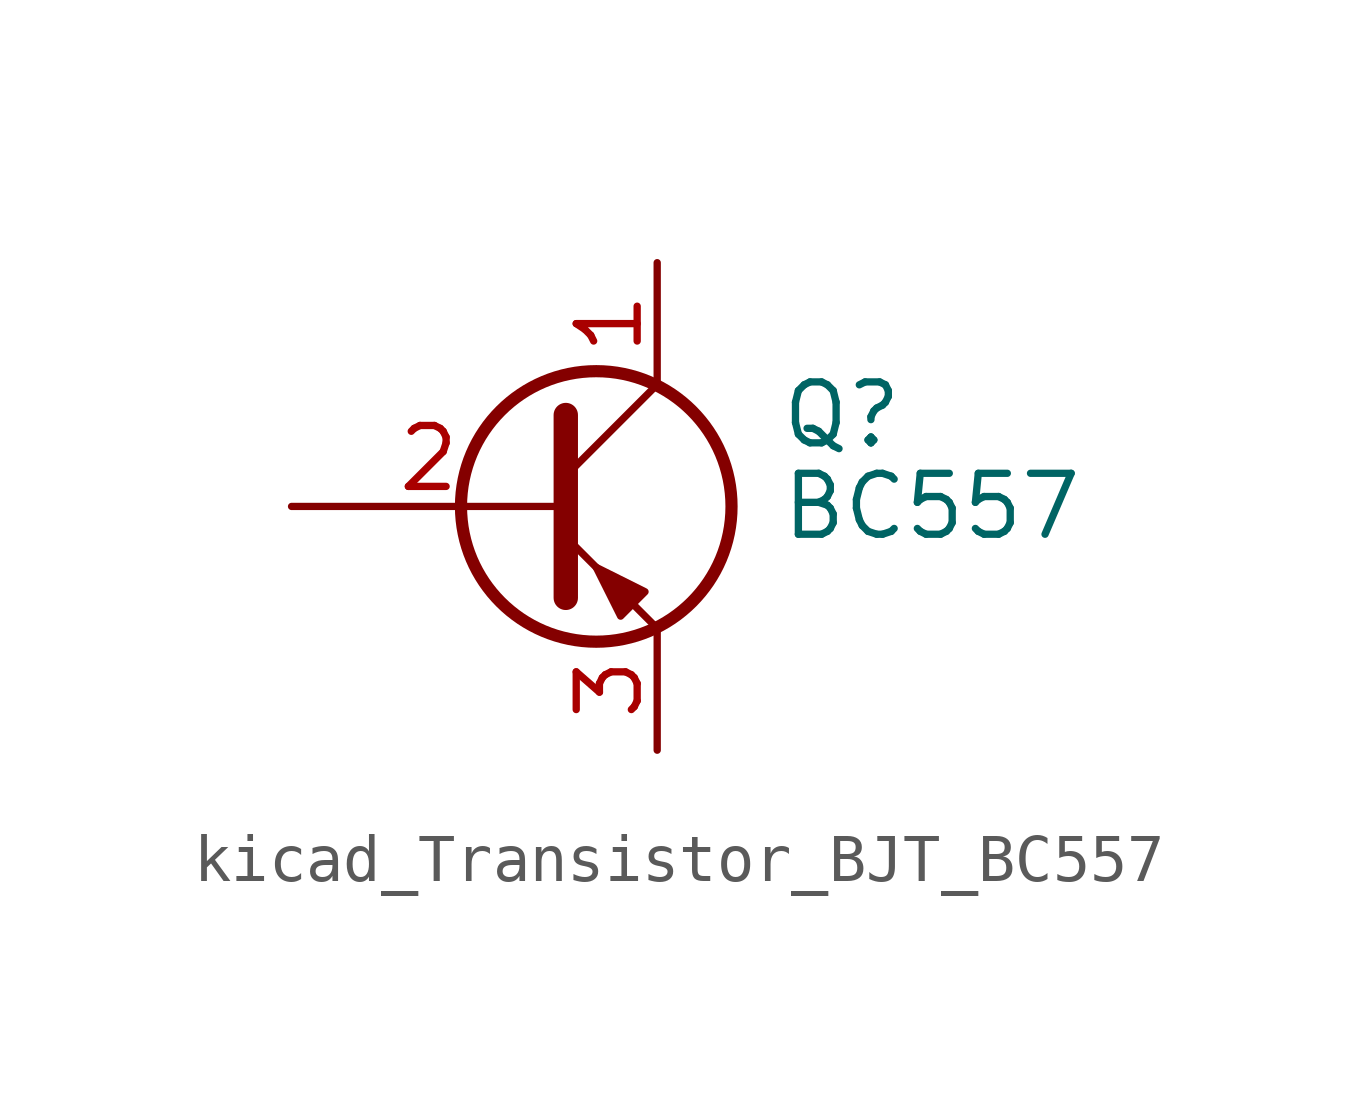
<source format=kicad_sym>
(kicad_symbol_lib
  (version 20220914)
  (generator kicad_symbol_editor)
  (symbol "kicad_Transistor_BJT_BC557"
    (pin_names
      (offset 0) hide)
    (property "Reference" "Q"
      (at 5.08 1.905 0)
      (effects (font (size 1.27 1.27)) (justify left)))
    (property "Value" "BC557"
      (at 5.08 0 0)
      (effects (font (size 1.27 1.27)) (justify left)))
    (symbol "kicad_Transistor_BJT_BC557_0_1"
      (polyline (pts (xy 0.635 0.635) (xy 2.54 2.54)) (stroke (width 0) (type default)) (fill (type none)))
      (polyline (pts (xy 0.635 -0.635) (xy 2.54 -2.54) (xy 2.54 -2.54)) (stroke (width 0) (type default)) (fill (type none)))
      (polyline (pts (xy 0.635 1.905) (xy 0.635 -1.905) (xy 0.635 -1.905)) (stroke (width 0.508) (type default)) (fill (type none)))
      (polyline (pts (xy 2.286 -1.778) (xy 1.778 -2.286) (xy 1.27 -1.27) (xy 2.286 -1.778) (xy 2.286 -1.778)) (stroke (width 0) (type default)) (fill (type outline)))
      (circle (center 1.27 0) (radius 2.819) (stroke (width 0.254) (type default)) (fill (type none))))
    (symbol "kicad_Transistor_BJT_BC557_1_1"
      (pin passive line (at 2.54 5.08 270) (length 2.54) (name "C" (effects (font (size 1.27 1.27)))) (number "1" (effects (font (size 1.27 1.27)))))
      (pin input line (at -5.08 0 0) (length 5.715) (name "B" (effects (font (size 1.27 1.27)))) (number "2" (effects (font (size 1.27 1.27)))))
      (pin passive line (at 2.54 -5.08 90) (length 2.54) (name "E" (effects (font (size 1.27 1.27)))) (number "3" (effects (font (size 1.27 1.27))))))))
</source>
